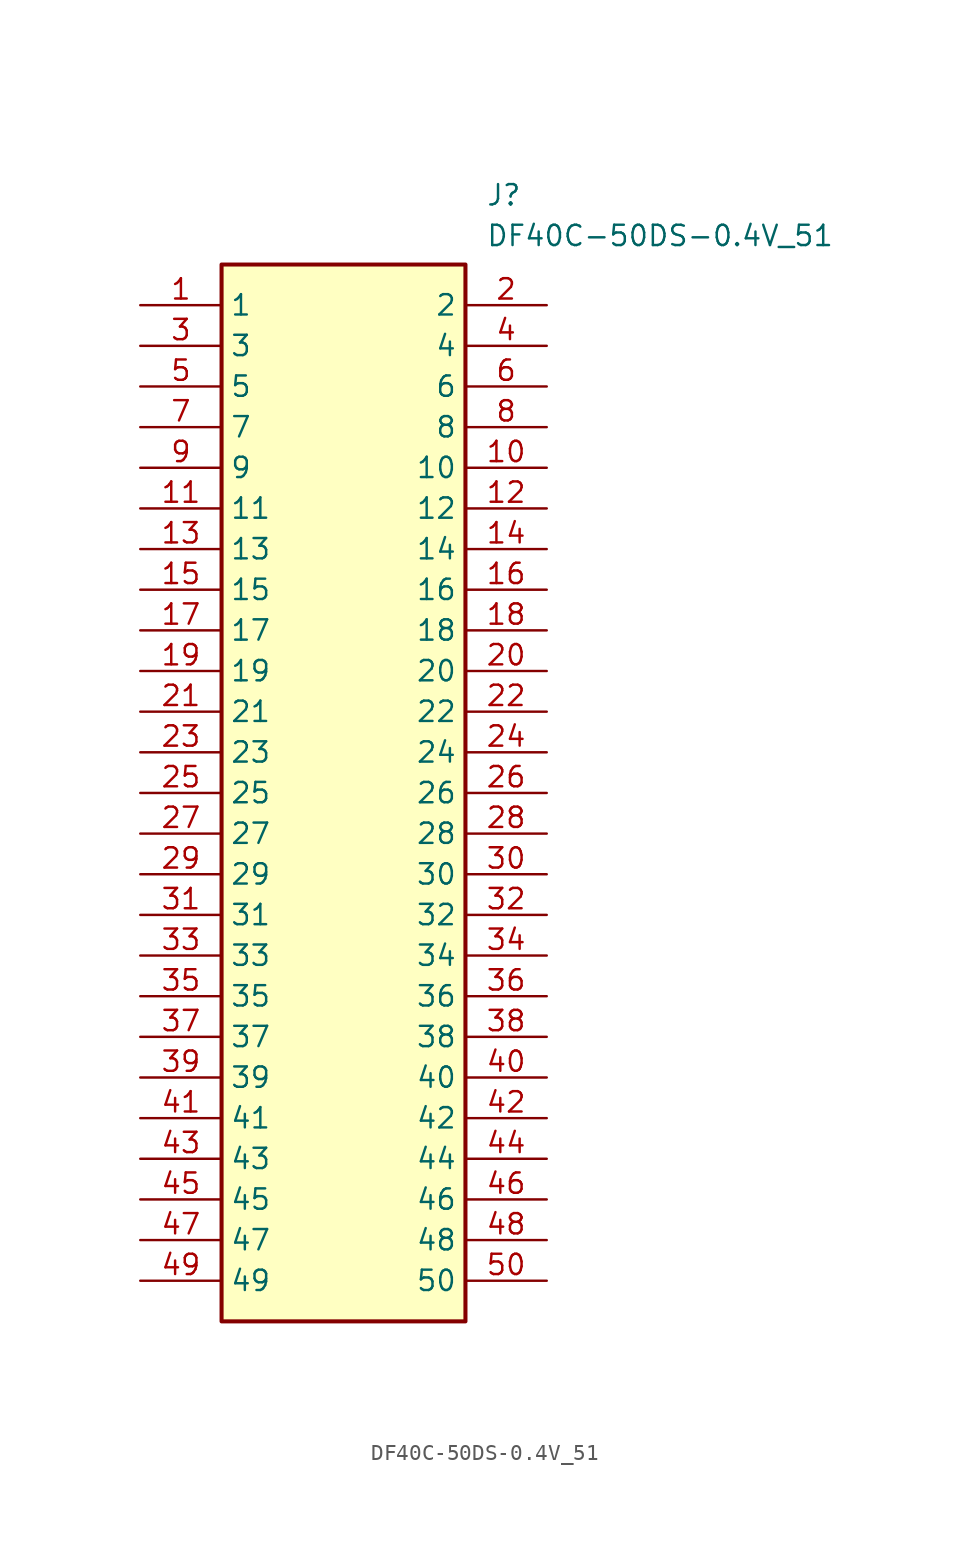
<source format=kicad_sym>
(kicad_symbol_lib
  (version 20241209)
  (generator "kicad_symbol_editor")
  (generator_version "9.0")
  (symbol "DF40C-50DS-0.4V_51"
    (property "Reference" "J"
      (at 21.59 7.62 0)
      (effects (font (size 1.27 1.27)) (justify left top)))
    (property "Value" "DF40C-50DS-0.4V_51"
      (at 21.59 5.08 0)
      (effects (font (size 1.27 1.27)) (justify left top)))
    (symbol "DF40C-50DS-0.4V_51_1_1"
      (rectangle (start 5.08 2.54) (end 20.32 -63.5) (stroke (width 0.254) (type default)) (fill (type background)))
      (pin passive line (at 0 0 0) (length 5.08) (name "1" (effects (font (size 1.27 1.27)))) (number "1" (effects (font (size 1.27 1.27)))))
      (pin passive line (at 0 -2.54 0) (length 5.08) (name "3" (effects (font (size 1.27 1.27)))) (number "3" (effects (font (size 1.27 1.27)))))
      (pin passive line (at 0 -5.08 0) (length 5.08) (name "5" (effects (font (size 1.27 1.27)))) (number "5" (effects (font (size 1.27 1.27)))))
      (pin passive line (at 0 -7.62 0) (length 5.08) (name "7" (effects (font (size 1.27 1.27)))) (number "7" (effects (font (size 1.27 1.27)))))
      (pin passive line (at 0 -10.16 0) (length 5.08) (name "9" (effects (font (size 1.27 1.27)))) (number "9" (effects (font (size 1.27 1.27)))))
      (pin passive line (at 0 -12.7 0) (length 5.08) (name "11" (effects (font (size 1.27 1.27)))) (number "11" (effects (font (size 1.27 1.27)))))
      (pin passive line (at 0 -15.24 0) (length 5.08) (name "13" (effects (font (size 1.27 1.27)))) (number "13" (effects (font (size 1.27 1.27)))))
      (pin passive line (at 0 -17.78 0) (length 5.08) (name "15" (effects (font (size 1.27 1.27)))) (number "15" (effects (font (size 1.27 1.27)))))
      (pin passive line (at 0 -20.32 0) (length 5.08) (name "17" (effects (font (size 1.27 1.27)))) (number "17" (effects (font (size 1.27 1.27)))))
      (pin passive line (at 0 -22.86 0) (length 5.08) (name "19" (effects (font (size 1.27 1.27)))) (number "19" (effects (font (size 1.27 1.27)))))
      (pin passive line (at 0 -25.4 0) (length 5.08) (name "21" (effects (font (size 1.27 1.27)))) (number "21" (effects (font (size 1.27 1.27)))))
      (pin passive line (at 0 -27.94 0) (length 5.08) (name "23" (effects (font (size 1.27 1.27)))) (number "23" (effects (font (size 1.27 1.27)))))
      (pin passive line (at 0 -30.48 0) (length 5.08) (name "25" (effects (font (size 1.27 1.27)))) (number "25" (effects (font (size 1.27 1.27)))))
      (pin passive line (at 0 -33.02 0) (length 5.08) (name "27" (effects (font (size 1.27 1.27)))) (number "27" (effects (font (size 1.27 1.27)))))
      (pin passive line (at 0 -35.56 0) (length 5.08) (name "29" (effects (font (size 1.27 1.27)))) (number "29" (effects (font (size 1.27 1.27)))))
      (pin passive line (at 0 -38.1 0) (length 5.08) (name "31" (effects (font (size 1.27 1.27)))) (number "31" (effects (font (size 1.27 1.27)))))
      (pin passive line (at 0 -40.64 0) (length 5.08) (name "33" (effects (font (size 1.27 1.27)))) (number "33" (effects (font (size 1.27 1.27)))))
      (pin passive line (at 0 -43.18 0) (length 5.08) (name "35" (effects (font (size 1.27 1.27)))) (number "35" (effects (font (size 1.27 1.27)))))
      (pin passive line (at 0 -45.72 0) (length 5.08) (name "37" (effects (font (size 1.27 1.27)))) (number "37" (effects (font (size 1.27 1.27)))))
      (pin passive line (at 0 -48.26 0) (length 5.08) (name "39" (effects (font (size 1.27 1.27)))) (number "39" (effects (font (size 1.27 1.27)))))
      (pin passive line (at 0 -50.8 0) (length 5.08) (name "41" (effects (font (size 1.27 1.27)))) (number "41" (effects (font (size 1.27 1.27)))))
      (pin passive line (at 0 -53.34 0) (length 5.08) (name "43" (effects (font (size 1.27 1.27)))) (number "43" (effects (font (size 1.27 1.27)))))
      (pin passive line (at 0 -55.88 0) (length 5.08) (name "45" (effects (font (size 1.27 1.27)))) (number "45" (effects (font (size 1.27 1.27)))))
      (pin passive line (at 0 -58.42 0) (length 5.08) (name "47" (effects (font (size 1.27 1.27)))) (number "47" (effects (font (size 1.27 1.27)))))
      (pin passive line (at 0 -60.96 0) (length 5.08) (name "49" (effects (font (size 1.27 1.27)))) (number "49" (effects (font (size 1.27 1.27)))))
      (pin passive line (at 25.4 0 180) (length 5.08) (name "2" (effects (font (size 1.27 1.27)))) (number "2" (effects (font (size 1.27 1.27)))))
      (pin passive line (at 25.4 -2.54 180) (length 5.08) (name "4" (effects (font (size 1.27 1.27)))) (number "4" (effects (font (size 1.27 1.27)))))
      (pin passive line (at 25.4 -5.08 180) (length 5.08) (name "6" (effects (font (size 1.27 1.27)))) (number "6" (effects (font (size 1.27 1.27)))))
      (pin passive line (at 25.4 -7.62 180) (length 5.08) (name "8" (effects (font (size 1.27 1.27)))) (number "8" (effects (font (size 1.27 1.27)))))
      (pin passive line (at 25.4 -10.16 180) (length 5.08) (name "10" (effects (font (size 1.27 1.27)))) (number "10" (effects (font (size 1.27 1.27)))))
      (pin passive line (at 25.4 -12.7 180) (length 5.08) (name "12" (effects (font (size 1.27 1.27)))) (number "12" (effects (font (size 1.27 1.27)))))
      (pin passive line (at 25.4 -15.24 180) (length 5.08) (name "14" (effects (font (size 1.27 1.27)))) (number "14" (effects (font (size 1.27 1.27)))))
      (pin passive line (at 25.4 -17.78 180) (length 5.08) (name "16" (effects (font (size 1.27 1.27)))) (number "16" (effects (font (size 1.27 1.27)))))
      (pin passive line (at 25.4 -20.32 180) (length 5.08) (name "18" (effects (font (size 1.27 1.27)))) (number "18" (effects (font (size 1.27 1.27)))))
      (pin passive line (at 25.4 -22.86 180) (length 5.08) (name "20" (effects (font (size 1.27 1.27)))) (number "20" (effects (font (size 1.27 1.27)))))
      (pin passive line (at 25.4 -25.4 180) (length 5.08) (name "22" (effects (font (size 1.27 1.27)))) (number "22" (effects (font (size 1.27 1.27)))))
      (pin passive line (at 25.4 -27.94 180) (length 5.08) (name "24" (effects (font (size 1.27 1.27)))) (number "24" (effects (font (size 1.27 1.27)))))
      (pin passive line (at 25.4 -30.48 180) (length 5.08) (name "26" (effects (font (size 1.27 1.27)))) (number "26" (effects (font (size 1.27 1.27)))))
      (pin passive line (at 25.4 -33.02 180) (length 5.08) (name "28" (effects (font (size 1.27 1.27)))) (number "28" (effects (font (size 1.27 1.27)))))
      (pin passive line (at 25.4 -35.56 180) (length 5.08) (name "30" (effects (font (size 1.27 1.27)))) (number "30" (effects (font (size 1.27 1.27)))))
      (pin passive line (at 25.4 -38.1 180) (length 5.08) (name "32" (effects (font (size 1.27 1.27)))) (number "32" (effects (font (size 1.27 1.27)))))
      (pin passive line (at 25.4 -40.64 180) (length 5.08) (name "34" (effects (font (size 1.27 1.27)))) (number "34" (effects (font (size 1.27 1.27)))))
      (pin passive line (at 25.4 -43.18 180) (length 5.08) (name "36" (effects (font (size 1.27 1.27)))) (number "36" (effects (font (size 1.27 1.27)))))
      (pin passive line (at 25.4 -45.72 180) (length 5.08) (name "38" (effects (font (size 1.27 1.27)))) (number "38" (effects (font (size 1.27 1.27)))))
      (pin passive line (at 25.4 -48.26 180) (length 5.08) (name "40" (effects (font (size 1.27 1.27)))) (number "40" (effects (font (size 1.27 1.27)))))
      (pin passive line (at 25.4 -50.8 180) (length 5.08) (name "42" (effects (font (size 1.27 1.27)))) (number "42" (effects (font (size 1.27 1.27)))))
      (pin passive line (at 25.4 -53.34 180) (length 5.08) (name "44" (effects (font (size 1.27 1.27)))) (number "44" (effects (font (size 1.27 1.27)))))
      (pin passive line (at 25.4 -55.88 180) (length 5.08) (name "46" (effects (font (size 1.27 1.27)))) (number "46" (effects (font (size 1.27 1.27)))))
      (pin passive line (at 25.4 -58.42 180) (length 5.08) (name "48" (effects (font (size 1.27 1.27)))) (number "48" (effects (font (size 1.27 1.27)))))
      (pin passive line (at 25.4 -60.96 180) (length 5.08) (name "50" (effects (font (size 1.27 1.27)))) (number "50" (effects (font (size 1.27 1.27))))))))
</source>
